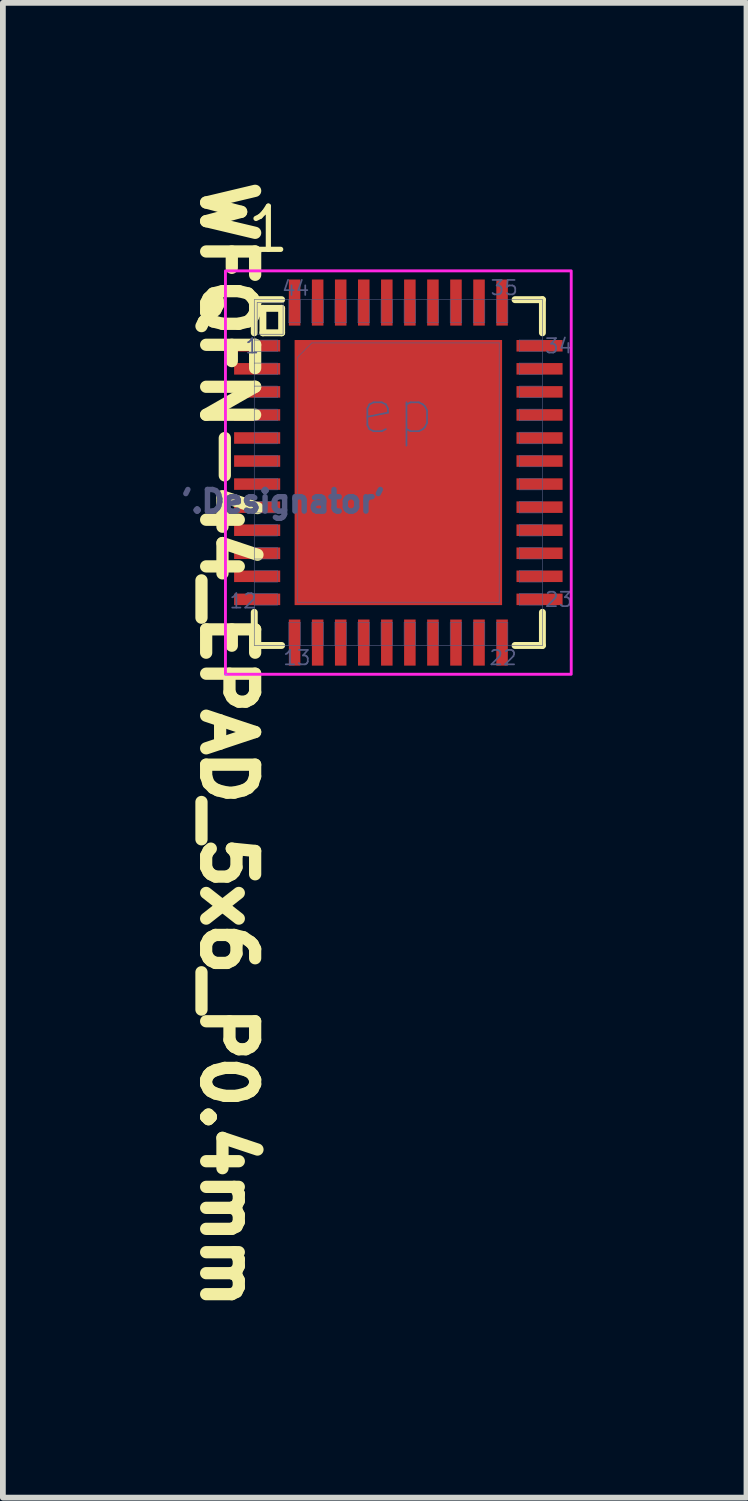
<source format=kicad_pcb>
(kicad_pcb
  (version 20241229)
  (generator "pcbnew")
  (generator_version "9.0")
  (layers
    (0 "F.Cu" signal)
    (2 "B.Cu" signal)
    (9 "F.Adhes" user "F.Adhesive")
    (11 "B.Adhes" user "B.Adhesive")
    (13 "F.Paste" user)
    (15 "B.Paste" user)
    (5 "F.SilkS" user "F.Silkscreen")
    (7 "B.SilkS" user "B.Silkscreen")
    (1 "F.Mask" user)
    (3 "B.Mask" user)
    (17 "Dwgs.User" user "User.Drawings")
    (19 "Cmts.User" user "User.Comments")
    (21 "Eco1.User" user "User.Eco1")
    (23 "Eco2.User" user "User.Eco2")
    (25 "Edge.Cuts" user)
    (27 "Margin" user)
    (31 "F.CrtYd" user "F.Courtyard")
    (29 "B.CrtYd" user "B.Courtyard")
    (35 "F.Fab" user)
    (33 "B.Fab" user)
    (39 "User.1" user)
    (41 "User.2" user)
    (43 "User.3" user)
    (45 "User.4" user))
  (footprint "WFQFN-44_EPAD_5x6_P0.4mm"
    (layer "F.Cu")
    (at 3.862 5.15)
    (property "Reference" "WFQFN-44_EPAD_5x6_P0.4mm" (at -3.45 -5.15 270) (unlocked yes) (layer "F.SilkS") (effects (font (size 0.85 0.85) (thickness 0.254)) (justify left bottom)))
    (fp_line (start -2.5 -2.425) (end -2.5 -3) (stroke (width 0.12) (type solid)) (layer "F.SilkS"))
    (fp_line (start -2.5 3) (end -2.5 2.425) (stroke (width 0.12) (type solid)) (layer "F.SilkS"))
    (fp_line (start -2.35 -2.425) (end -2.35 -2.85) (stroke (width 0.12) (type solid)) (layer "F.SilkS"))
    (fp_line (start -2.025 -3) (end -2.5 -3) (stroke (width 0.12) (type solid)) (layer "F.SilkS"))
    (fp_line (start -2.025 -2.85) (end -2.35 -2.85) (stroke (width 0.12) (type solid)) (layer "F.SilkS"))
    (fp_line (start -2.025 -2.425) (end -2.35 -2.425) (stroke (width 0.12) (type solid)) (layer "F.SilkS"))
    (fp_line (start -2.025 -2.425) (end -2.025 -2.85) (stroke (width 0.12) (type solid)) (layer "F.SilkS"))
    (fp_line (start -2.025 3) (end -2.5 3) (stroke (width 0.12) (type solid)) (layer "F.SilkS"))
    (fp_line (start 2.5 -3) (end 2.025 -3) (stroke (width 0.12) (type solid)) (layer "F.SilkS"))
    (fp_line (start 2.5 -2.425) (end 2.5 -3) (stroke (width 0.12) (type solid)) (layer "F.SilkS"))
    (fp_line (start 2.5 3) (end 2.025 3) (stroke (width 0.12) (type solid)) (layer "F.SilkS"))
    (fp_line (start 2.5 3) (end 2.5 2.425) (stroke (width 0.12) (type solid)) (layer "F.SilkS"))
    (fp_line (start -2.975 3.5) (end -3 3.5) (stroke (width 0.01) (type solid)) (layer "B.CrtYd"))
    (fp_rect (start -3 -3.5) (end 3 3.5) (stroke (width 0.05) (type solid)) (fill no) (layer "F.CrtYd"))
    (fp_line (start -2.5 3) (end -2.5 -3) (stroke (width 0.01) (type solid)) (layer "B.Fab"))
    (fp_line (start -2.45 -2.4) (end -2.45 -2.95) (stroke (width 0.01) (type solid)) (layer "B.Fab"))
    (fp_line (start -2.1 -2.3) (end -2.5 -2.3) (stroke (width 0.01) (type solid)) (layer "B.Fab"))
    (fp_line (start -2.1 -2.1) (end -2.5 -2.1) (stroke (width 0.01) (type solid)) (layer "B.Fab"))
    (fp_line (start -2.1 -2.1) (end -2.1 -2.3) (stroke (width 0.01) (type solid)) (layer "B.Fab"))
    (fp_line (start -2.1 -1.9) (end -2.5 -1.9) (stroke (width 0.01) (type solid)) (layer "B.Fab"))
    (fp_line (start -2.1 -1.7) (end -2.5 -1.7) (stroke (width 0.01) (type solid)) (layer "B.Fab"))
    (fp_line (start -2.1 -1.7) (end -2.1 -1.9) (stroke (width 0.01) (type solid)) (layer "B.Fab"))
    (fp_line (start -2.1 -1.5) (end -2.5 -1.5) (stroke (width 0.01) (type solid)) (layer "B.Fab"))
    (fp_line (start -2.1 -1.3) (end -2.5 -1.3) (stroke (width 0.01) (type solid)) (layer "B.Fab"))
    (fp_line (start -2.1 -1.3) (end -2.1 -1.5) (stroke (width 0.01) (type solid)) (layer "B.Fab"))
    (fp_line (start -2.1 -1.1) (end -2.5 -1.1) (stroke (width 0.01) (type solid)) (layer "B.Fab"))
    (fp_line (start -2.1 -0.9) (end -2.5 -0.9) (stroke (width 0.01) (type solid)) (layer "B.Fab"))
    (fp_line (start -2.1 -0.9) (end -2.1 -1.1) (stroke (width 0.01) (type solid)) (layer "B.Fab"))
    (fp_line (start -2.1 -0.7) (end -2.5 -0.7) (stroke (width 0.01) (type solid)) (layer "B.Fab"))
    (fp_line (start -2.1 -0.5) (end -2.5 -0.5) (stroke (width 0.01) (type solid)) (layer "B.Fab"))
    (fp_line (start -2.1 -0.5) (end -2.1 -0.7) (stroke (width 0.01) (type solid)) (layer "B.Fab"))
    (fp_line (start -2.1 -0.3) (end -2.5 -0.3) (stroke (width 0.01) (type solid)) (layer "B.Fab"))
    (fp_line (start -2.1 -0.1) (end -2.5 -0.1) (stroke (width 0.01) (type solid)) (layer "B.Fab"))
    (fp_line (start -2.1 -0.1) (end -2.1 -0.3) (stroke (width 0.01) (type solid)) (layer "B.Fab"))
    (fp_line (start -2.1 0.1) (end -2.5 0.1) (stroke (width 0.01) (type solid)) (layer "B.Fab"))
    (fp_line (start -2.1 0.3) (end -2.5 0.3) (stroke (width 0.01) (type solid)) (layer "B.Fab"))
    (fp_line (start -2.1 0.3) (end -2.1 0.1) (stroke (width 0.01) (type solid)) (layer "B.Fab"))
    (fp_line (start -2.1 0.5) (end -2.5 0.5) (stroke (width 0.01) (type solid)) (layer "B.Fab"))
    (fp_line (start -2.1 0.7) (end -2.5 0.7) (stroke (width 0.01) (type solid)) (layer "B.Fab"))
    (fp_line (start -2.1 0.7) (end -2.1 0.5) (stroke (width 0.01) (type solid)) (layer "B.Fab"))
    (fp_line (start -2.1 0.9) (end -2.5 0.9) (stroke (width 0.01) (type solid)) (layer "B.Fab"))
    (fp_line (start -2.1 1.1) (end -2.5 1.1) (stroke (width 0.01) (type solid)) (layer "B.Fab"))
    (fp_line (start -2.1 1.1) (end -2.1 0.9) (stroke (width 0.01) (type solid)) (layer "B.Fab"))
    (fp_line (start -2.1 1.3) (end -2.5 1.3) (stroke (width 0.01) (type solid)) (layer "B.Fab"))
    (fp_line (start -2.1 1.5) (end -2.5 1.5) (stroke (width 0.01) (type solid)) (layer "B.Fab"))
    (fp_line (start -2.1 1.5) (end -2.1 1.3) (stroke (width 0.01) (type solid)) (layer "B.Fab"))
    (fp_line (start -2.1 1.7) (end -2.5 1.7) (stroke (width 0.01) (type solid)) (layer "B.Fab"))
    (fp_line (start -2.1 1.9) (end -2.5 1.9) (stroke (width 0.01) (type solid)) (layer "B.Fab"))
    (fp_line (start -2.1 1.9) (end -2.1 1.7) (stroke (width 0.01) (type solid)) (layer "B.Fab"))
    (fp_line (start -2.1 2.1) (end -2.5 2.1) (stroke (width 0.01) (type solid)) (layer "B.Fab"))
    (fp_line (start -2.1 2.3) (end -2.5 2.3) (stroke (width 0.01) (type solid)) (layer "B.Fab"))
    (fp_line (start -2.1 2.3) (end -2.1 2.1) (stroke (width 0.01) (type solid)) (layer "B.Fab"))
    (fp_line (start -2 -2.95) (end -2.45 -2.95) (stroke (width 0.01) (type solid)) (layer "B.Fab"))
    (fp_line (start -2 -2.4) (end -2.45 -2.4) (stroke (width 0.01) (type solid)) (layer "B.Fab"))
    (fp_line (start -2 -2.4) (end -2 -2.95) (stroke (width 0.01) (type solid)) (layer "B.Fab"))
    (fp_line (start -1.9 -2.6) (end -1.9 -3) (stroke (width 0.01) (type solid)) (layer "B.Fab"))
    (fp_line (start -1.9 3) (end -1.9 2.6) (stroke (width 0.01) (type solid)) (layer "B.Fab"))
    (fp_line (start -1.75 -2) (end -1.5 -2.25) (stroke (width 0.01) (type solid)) (layer "B.Fab"))
    (fp_line (start -1.75 2.25) (end -1.75 -2) (stroke (width 0.01) (type solid)) (layer "B.Fab"))
    (fp_line (start -1.7 -2.6) (end -1.9 -2.6) (stroke (width 0.01) (type solid)) (layer "B.Fab"))
    (fp_line (start -1.7 -2.6) (end -1.7 -3) (stroke (width 0.01) (type solid)) (layer "B.Fab"))
    (fp_line (start -1.7 2.6) (end -1.9 2.6) (stroke (width 0.01) (type solid)) (layer "B.Fab"))
    (fp_line (start -1.7 3) (end -1.7 2.6) (stroke (width 0.01) (type solid)) (layer "B.Fab"))
    (fp_line (start -1.5 -2.6) (end -1.5 -3) (stroke (width 0.01) (type solid)) (layer "B.Fab"))
    (fp_line (start -1.5 3) (end -1.5 2.6) (stroke (width 0.01) (type solid)) (layer "B.Fab"))
    (fp_line (start -1.3 -2.6) (end -1.5 -2.6) (stroke (width 0.01) (type solid)) (layer "B.Fab"))
    (fp_line (start -1.3 -2.6) (end -1.3 -3) (stroke (width 0.01) (type solid)) (layer "B.Fab"))
    (fp_line (start -1.3 2.6) (end -1.5 2.6) (stroke (width 0.01) (type solid)) (layer "B.Fab"))
    (fp_line (start -1.3 3) (end -1.3 2.6) (stroke (width 0.01) (type solid)) (layer "B.Fab"))
    (fp_line (start -1.1 -2.6) (end -1.1 -3) (stroke (width 0.01) (type solid)) (layer "B.Fab"))
    (fp_line (start -1.1 3) (end -1.1 2.6) (stroke (width 0.01) (type solid)) (layer "B.Fab"))
    (fp_line (start -0.9 -2.6) (end -1.1 -2.6) (stroke (width 0.01) (type solid)) (layer "B.Fab"))
    (fp_line (start -0.9 -2.6) (end -0.9 -3) (stroke (width 0.01) (type solid)) (layer "B.Fab"))
    (fp_line (start -0.9 2.6) (end -1.1 2.6) (stroke (width 0.01) (type solid)) (layer "B.Fab"))
    (fp_line (start -0.9 3) (end -0.9 2.6) (stroke (width 0.01) (type solid)) (layer "B.Fab"))
    (fp_line (start -0.7 -2.6) (end -0.7 -3) (stroke (width 0.01) (type solid)) (layer "B.Fab"))
    (fp_line (start -0.7 3) (end -0.7 2.6) (stroke (width 0.01) (type solid)) (layer "B.Fab"))
    (fp_line (start -0.5 -2.6) (end -0.7 -2.6) (stroke (width 0.01) (type solid)) (layer "B.Fab"))
    (fp_line (start -0.5 -2.6) (end -0.5 -3) (stroke (width 0.01) (type solid)) (layer "B.Fab"))
    (fp_line (start -0.5 2.6) (end -0.7 2.6) (stroke (width 0.01) (type solid)) (layer "B.Fab"))
    (fp_line (start -0.5 3) (end -0.5 2.6) (stroke (width 0.01) (type solid)) (layer "B.Fab"))
    (fp_line (start -0.3 -2.6) (end -0.3 -3) (stroke (width 0.01) (type solid)) (layer "B.Fab"))
    (fp_line (start -0.3 3) (end -0.3 2.6) (stroke (width 0.01) (type solid)) (layer "B.Fab"))
    (fp_line (start -0.1 -2.6) (end -0.3 -2.6) (stroke (width 0.01) (type solid)) (layer "B.Fab"))
    (fp_line (start -0.1 -2.6) (end -0.1 -3) (stroke (width 0.01) (type solid)) (layer "B.Fab"))
    (fp_line (start -0.1 2.6) (end -0.3 2.6) (stroke (width 0.01) (type solid)) (layer "B.Fab"))
    (fp_line (start -0.1 3) (end -0.1 2.6) (stroke (width 0.01) (type solid)) (layer "B.Fab"))
    (fp_line (start 0.1 -2.6) (end 0.1 -3) (stroke (width 0.01) (type solid)) (layer "B.Fab"))
    (fp_line (start 0.1 3) (end 0.1 2.6) (stroke (width 0.01) (type solid)) (layer "B.Fab"))
    (fp_line (start 0.3 -2.6) (end 0.1 -2.6) (stroke (width 0.01) (type solid)) (layer "B.Fab"))
    (fp_line (start 0.3 -2.6) (end 0.3 -3) (stroke (width 0.01) (type solid)) (layer "B.Fab"))
    (fp_line (start 0.3 2.6) (end 0.1 2.6) (stroke (width 0.01) (type solid)) (layer "B.Fab"))
    (fp_line (start 0.3 3) (end 0.3 2.6) (stroke (width 0.01) (type solid)) (layer "B.Fab"))
    (fp_line (start 0.5 -2.6) (end 0.5 -3) (stroke (width 0.01) (type solid)) (layer "B.Fab"))
    (fp_line (start 0.5 3) (end 0.5 2.6) (stroke (width 0.01) (type solid)) (layer "B.Fab"))
    (fp_line (start 0.7 -2.6) (end 0.5 -2.6) (stroke (width 0.01) (type solid)) (layer "B.Fab"))
    (fp_line (start 0.7 -2.6) (end 0.7 -3) (stroke (width 0.01) (type solid)) (layer "B.Fab"))
    (fp_line (start 0.7 2.6) (end 0.5 2.6) (stroke (width 0.01) (type solid)) (layer "B.Fab"))
    (fp_line (start 0.7 3) (end 0.7 2.6) (stroke (width 0.01) (type solid)) (layer "B.Fab"))
    (fp_line (start 0.9 -2.6) (end 0.9 -3) (stroke (width 0.01) (type solid)) (layer "B.Fab"))
    (fp_line (start 0.9 3) (end 0.9 2.6) (stroke (width 0.01) (type solid)) (layer "B.Fab"))
    (fp_line (start 1.1 -2.6) (end 0.9 -2.6) (stroke (width 0.01) (type solid)) (layer "B.Fab"))
    (fp_line (start 1.1 -2.6) (end 1.1 -3) (stroke (width 0.01) (type solid)) (layer "B.Fab"))
    (fp_line (start 1.1 2.6) (end 0.9 2.6) (stroke (width 0.01) (type solid)) (layer "B.Fab"))
    (fp_line (start 1.1 3) (end 1.1 2.6) (stroke (width 0.01) (type solid)) (layer "B.Fab"))
    (fp_line (start 1.3 -2.6) (end 1.3 -3) (stroke (width 0.01) (type solid)) (layer "B.Fab"))
    (fp_line (start 1.3 3) (end 1.3 2.6) (stroke (width 0.01) (type solid)) (layer "B.Fab"))
    (fp_line (start 1.5 -2.6) (end 1.3 -2.6) (stroke (width 0.01) (type solid)) (layer "B.Fab"))
    (fp_line (start 1.5 -2.6) (end 1.5 -3) (stroke (width 0.01) (type solid)) (layer "B.Fab"))
    (fp_line (start 1.5 2.6) (end 1.3 2.6) (stroke (width 0.01) (type solid)) (layer "B.Fab"))
    (fp_line (start 1.5 3) (end 1.5 2.6) (stroke (width 0.01) (type solid)) (layer "B.Fab"))
    (fp_line (start 1.7 -2.6) (end 1.7 -3) (stroke (width 0.01) (type solid)) (layer "B.Fab"))
    (fp_line (start 1.7 3) (end 1.7 2.6) (stroke (width 0.01) (type solid)) (layer "B.Fab"))
    (fp_line (start 1.75 -2.25) (end -1.5 -2.25) (stroke (width 0.01) (type solid)) (layer "B.Fab"))
    (fp_line (start 1.75 2.25) (end -1.75 2.25) (stroke (width 0.01) (type solid)) (layer "B.Fab"))
    (fp_line (start 1.75 2.25) (end 1.75 -2.25) (stroke (width 0.01) (type solid)) (layer "B.Fab"))
    (fp_line (start 1.9 -2.6) (end 1.7 -2.6) (stroke (width 0.01) (type solid)) (layer "B.Fab"))
    (fp_line (start 1.9 -2.6) (end 1.9 -3) (stroke (width 0.01) (type solid)) (layer "B.Fab"))
    (fp_line (start 1.9 2.6) (end 1.7 2.6) (stroke (width 0.01) (type solid)) (layer "B.Fab"))
    (fp_line (start 1.9 3) (end 1.9 2.6) (stroke (width 0.01) (type solid)) (layer "B.Fab"))
    (fp_line (start 2.1 -2.1) (end 2.1 -2.3) (stroke (width 0.01) (type solid)) (layer "B.Fab"))
    (fp_line (start 2.1 -1.7) (end 2.1 -1.9) (stroke (width 0.01) (type solid)) (layer "B.Fab"))
    (fp_line (start 2.1 -1.3) (end 2.1 -1.5) (stroke (width 0.01) (type solid)) (layer "B.Fab"))
    (fp_line (start 2.1 -0.9) (end 2.1 -1.1) (stroke (width 0.01) (type solid)) (layer "B.Fab"))
    (fp_line (start 2.1 -0.5) (end 2.1 -0.7) (stroke (width 0.01) (type solid)) (layer "B.Fab"))
    (fp_line (start 2.1 -0.1) (end 2.1 -0.3) (stroke (width 0.01) (type solid)) (layer "B.Fab"))
    (fp_line (start 2.1 0.3) (end 2.1 0.1) (stroke (width 0.01) (type solid)) (layer "B.Fab"))
    (fp_line (start 2.1 0.7) (end 2.1 0.5) (stroke (width 0.01) (type solid)) (layer "B.Fab"))
    (fp_line (start 2.1 1.1) (end 2.1 0.9) (stroke (width 0.01) (type solid)) (layer "B.Fab"))
    (fp_line (start 2.1 1.5) (end 2.1 1.3) (stroke (width 0.01) (type solid)) (layer "B.Fab"))
    (fp_line (start 2.1 1.9) (end 2.1 1.7) (stroke (width 0.01) (type solid)) (layer "B.Fab"))
    (fp_line (start 2.1 2.3) (end 2.1 2.1) (stroke (width 0.01) (type solid)) (layer "B.Fab"))
    (fp_line (start 2.5 -3) (end -2.5 -3) (stroke (width 0.01) (type solid)) (layer "B.Fab"))
    (fp_line (start 2.5 -2.3) (end 2.1 -2.3) (stroke (width 0.01) (type solid)) (layer "B.Fab"))
    (fp_line (start 2.5 -2.1) (end 2.1 -2.1) (stroke (width 0.01) (type solid)) (layer "B.Fab"))
    (fp_line (start 2.5 -1.9) (end 2.1 -1.9) (stroke (width 0.01) (type solid)) (layer "B.Fab"))
    (fp_line (start 2.5 -1.7) (end 2.1 -1.7) (stroke (width 0.01) (type solid)) (layer "B.Fab"))
    (fp_line (start 2.5 -1.5) (end 2.1 -1.5) (stroke (width 0.01) (type solid)) (layer "B.Fab"))
    (fp_line (start 2.5 -1.3) (end 2.1 -1.3) (stroke (width 0.01) (type solid)) (layer "B.Fab"))
    (fp_line (start 2.5 -1.1) (end 2.1 -1.1) (stroke (width 0.01) (type solid)) (layer "B.Fab"))
    (fp_line (start 2.5 -0.9) (end 2.1 -0.9) (stroke (width 0.01) (type solid)) (layer "B.Fab"))
    (fp_line (start 2.5 -0.7) (end 2.1 -0.7) (stroke (width 0.01) (type solid)) (layer "B.Fab"))
    (fp_line (start 2.5 -0.5) (end 2.1 -0.5) (stroke (width 0.01) (type solid)) (layer "B.Fab"))
    (fp_line (start 2.5 -0.3) (end 2.1 -0.3) (stroke (width 0.01) (type solid)) (layer "B.Fab"))
    (fp_line (start 2.5 -0.1) (end 2.1 -0.1) (stroke (width 0.01) (type solid)) (layer "B.Fab"))
    (fp_line (start 2.5 0.1) (end 2.1 0.1) (stroke (width 0.01) (type solid)) (layer "B.Fab"))
    (fp_line (start 2.5 0.3) (end 2.1 0.3) (stroke (width 0.01) (type solid)) (layer "B.Fab"))
    (fp_line (start 2.5 0.5) (end 2.1 0.5) (stroke (width 0.01) (type solid)) (layer "B.Fab"))
    (fp_line (start 2.5 0.7) (end 2.1 0.7) (stroke (width 0.01) (type solid)) (layer "B.Fab"))
    (fp_line (start 2.5 0.9) (end 2.1 0.9) (stroke (width 0.01) (type solid)) (layer "B.Fab"))
    (fp_line (start 2.5 1.1) (end 2.1 1.1) (stroke (width 0.01) (type solid)) (layer "B.Fab"))
    (fp_line (start 2.5 1.3) (end 2.1 1.3) (stroke (width 0.01) (type solid)) (layer "B.Fab"))
    (fp_line (start 2.5 1.5) (end 2.1 1.5) (stroke (width 0.01) (type solid)) (layer "B.Fab"))
    (fp_line (start 2.5 1.7) (end 2.1 1.7) (stroke (width 0.01) (type solid)) (layer "B.Fab"))
    (fp_line (start 2.5 1.9) (end 2.1 1.9) (stroke (width 0.01) (type solid)) (layer "B.Fab"))
    (fp_line (start 2.5 2.1) (end 2.1 2.1) (stroke (width 0.01) (type solid)) (layer "B.Fab"))
    (fp_line (start 2.5 2.3) (end 2.1 2.3) (stroke (width 0.01) (type solid)) (layer "B.Fab"))
    (fp_line (start 2.5 3) (end -2.5 3) (stroke (width 0.01) (type solid)) (layer "B.Fab"))
    (fp_line (start 2.5 3) (end 2.5 -3) (stroke (width 0.01) (type solid)) (layer "B.Fab"))
    (fp_text user "1" (at -2.672 -3.777 0) (unlocked yes) (layer "F.SilkS") (effects (font (size 0.75 0.75) (thickness 0.09)) (justify left bottom)))
    (fp_text user "12" (at -2.95 2.375 0) (unlocked yes) (layer "B.Fab") (effects (font (size 0.25 0.25) (thickness 0.03)) (justify left bottom)))
    (fp_text user "44" (at -2.04 -3.05 0) (unlocked yes) (layer "B.Fab") (effects (font (size 0.25 0.25) (thickness 0.03)) (justify left bottom)))
    (fp_text user "34" (at 2.525 -2.05 0) (unlocked yes) (layer "B.Fab") (effects (font (size 0.25 0.25) (thickness 0.03)) (justify left bottom)))
    (fp_text user "35" (at 1.58 -3.06 0) (unlocked yes) (layer "B.Fab") (effects (font (size 0.25 0.25) (thickness 0.03)) (justify left bottom)))
    (fp_text user "1" (at -2.675 -2.05 0) (unlocked yes) (layer "B.Fab") (effects (font (size 0.25 0.25) (thickness 0.03)) (justify left bottom)))
    (fp_text user "'.Designator'" (at -2 0.5 0) (unlocked yes) (layer "B.Fab") (effects (font (size 0.375 0.375) (thickness 0.254))))
    (fp_text user "22" (at 1.56 3.36 0) (unlocked yes) (layer "B.Fab") (effects (font (size 0.25 0.25) (thickness 0.03)) (justify left bottom)))
    (fp_text user "ep" (at -0.7 -0.625 0) (unlocked yes) (layer "B.Fab") (effects (font (size 0.75 0.75) (thickness 0.03)) (justify left bottom)))
    (fp_text user "13" (at -2.02 3.36 0) (unlocked yes) (layer "B.Fab") (effects (font (size 0.25 0.25) (thickness 0.03)) (justify left bottom)))
    (fp_text user "23" (at 2.525 2.35 0) (unlocked yes) (layer "B.Fab") (effects (font (size 0.25 0.25) (thickness 0.03)) (justify left bottom)))
    (pad "1" smd rect (at -2.45 -2.2 90) (size 0.2 0.8) (layers "F.Cu" "F.Mask" "F.Paste"))
    (pad "2" smd rect (at -2.45 -1.8 90) (size 0.2 0.8) (layers "F.Cu" "F.Mask" "F.Paste"))
    (pad "3" smd rect (at -2.45 -1.4 90) (size 0.2 0.8) (layers "F.Cu" "F.Mask" "F.Paste"))
    (pad "4" smd rect (at -2.45 -1 90) (size 0.2 0.8) (layers "F.Cu" "F.Mask" "F.Paste"))
    (pad "5" smd rect (at -2.45 -0.6 90) (size 0.2 0.8) (layers "F.Cu" "F.Mask" "F.Paste"))
    (pad "6" smd rect (at -2.45 -0.2 90) (size 0.2 0.8) (layers "F.Cu" "F.Mask" "F.Paste"))
    (pad "7" smd rect (at -2.45 0.2 90) (size 0.2 0.8) (layers "F.Cu" "F.Mask" "F.Paste"))
    (pad "8" smd rect (at -2.45 0.6 90) (size 0.2 0.8) (layers "F.Cu" "F.Mask" "F.Paste"))
    (pad "9" smd rect (at -2.45 1 90) (size 0.2 0.8) (layers "F.Cu" "F.Mask" "F.Paste"))
    (pad "10" smd rect (at -2.45 1.4 90) (size 0.2 0.8) (layers "F.Cu" "F.Mask" "F.Paste"))
    (pad "11" smd rect (at -2.45 1.8 90) (size 0.2 0.8) (layers "F.Cu" "F.Mask" "F.Paste"))
    (pad "12" smd rect (at -2.45 2.2 90) (size 0.2 0.8) (layers "F.Cu" "F.Mask" "F.Paste"))
    (pad "13" smd rect (at -1.8 2.95 180) (size 0.2 0.8) (layers "F.Cu" "F.Mask" "F.Paste"))
    (pad "14" smd rect (at -1.4 2.95 180) (size 0.2 0.8) (layers "F.Cu" "F.Mask" "F.Paste"))
    (pad "15" smd rect (at -1 2.95 180) (size 0.2 0.8) (layers "F.Cu" "F.Mask" "F.Paste"))
    (pad "16" smd rect (at -0.6 2.95 180) (size 0.2 0.8) (layers "F.Cu" "F.Mask" "F.Paste"))
    (pad "17" smd rect (at -0.2 2.95 180) (size 0.2 0.8) (layers "F.Cu" "F.Mask" "F.Paste"))
    (pad "18" smd rect (at 0.2 2.95 180) (size 0.2 0.8) (layers "F.Cu" "F.Mask" "F.Paste"))
    (pad "19" smd rect (at 0.6 2.95 180) (size 0.2 0.8) (layers "F.Cu" "F.Mask" "F.Paste"))
    (pad "20" smd rect (at 1 2.95 180) (size 0.2 0.8) (layers "F.Cu" "F.Mask" "F.Paste"))
    (pad "21" smd rect (at 1.4 2.95 180) (size 0.2 0.8) (layers "F.Cu" "F.Mask" "F.Paste"))
    (pad "22" smd rect (at 1.8 2.95 180) (size 0.2 0.8) (layers "F.Cu" "F.Mask" "F.Paste"))
    (pad "23" smd rect (at 2.45 2.2 90) (size 0.2 0.8) (layers "F.Cu" "F.Mask" "F.Paste"))
    (pad "24" smd rect (at 2.45 1.8 90) (size 0.2 0.8) (layers "F.Cu" "F.Mask" "F.Paste"))
    (pad "25" smd rect (at 2.45 1.4 90) (size 0.2 0.8) (layers "F.Cu" "F.Mask" "F.Paste"))
    (pad "26" smd rect (at 2.45 1 90) (size 0.2 0.8) (layers "F.Cu" "F.Mask" "F.Paste"))
    (pad "27" smd rect (at 2.45 0.6 90) (size 0.2 0.8) (layers "F.Cu" "F.Mask" "F.Paste"))
    (pad "28" smd rect (at 2.45 0.2 90) (size 0.2 0.8) (layers "F.Cu" "F.Mask" "F.Paste"))
    (pad "29" smd rect (at 2.45 -0.2 90) (size 0.2 0.8) (layers "F.Cu" "F.Mask" "F.Paste"))
    (pad "30" smd rect (at 2.45 -0.6 90) (size 0.2 0.8) (layers "F.Cu" "F.Mask" "F.Paste"))
    (pad "31" smd rect (at 2.45 -1 90) (size 0.2 0.8) (layers "F.Cu" "F.Mask" "F.Paste"))
    (pad "32" smd rect (at 2.45 -1.4 90) (size 0.2 0.8) (layers "F.Cu" "F.Mask" "F.Paste"))
    (pad "33" smd rect (at 2.45 -1.8 90) (size 0.2 0.8) (layers "F.Cu" "F.Mask" "F.Paste"))
    (pad "34" smd rect (at 2.45 -2.2 90) (size 0.2 0.8) (layers "F.Cu" "F.Mask" "F.Paste"))
    (pad "35" smd rect (at 1.8 -2.95 180) (size 0.2 0.8) (layers "F.Cu" "F.Mask" "F.Paste"))
    (pad "36" smd rect (at 1.4 -2.95 180) (size 0.2 0.8) (layers "F.Cu" "F.Mask" "F.Paste"))
    (pad "37" smd rect (at 1 -2.95 180) (size 0.2 0.8) (layers "F.Cu" "F.Mask" "F.Paste"))
    (pad "38" smd rect (at 0.6 -2.95 180) (size 0.2 0.8) (layers "F.Cu" "F.Mask" "F.Paste"))
    (pad "39" smd rect (at 0.2 -2.95 180) (size 0.2 0.8) (layers "F.Cu" "F.Mask" "F.Paste"))
    (pad "40" smd rect (at -0.2 -2.95 180) (size 0.2 0.8) (layers "F.Cu" "F.Mask" "F.Paste"))
    (pad "41" smd rect (at -0.6 -2.95 180) (size 0.2 0.8) (layers "F.Cu" "F.Mask" "F.Paste"))
    (pad "42" smd rect (at -1 -2.95 180) (size 0.2 0.8) (layers "F.Cu" "F.Mask" "F.Paste"))
    (pad "43" smd rect (at -1.4 -2.95 180) (size 0.2 0.8) (layers "F.Cu" "F.Mask" "F.Paste"))
    (pad "44" smd rect (at -1.8 -2.95 180) (size 0.2 0.8) (layers "F.Cu" "F.Mask" "F.Paste"))
    (pad "ep" smd rect (at 0 0) (size 3.6 4.6) (layers "F.Cu" "F.Mask" "F.Paste")))
  (gr_rect
    (start -3 -3)
    (end 9.903 22.937)
    (stroke (width 0.1) (type default))
    (fill no)
    (layer "Edge.Cuts")))
</source>
